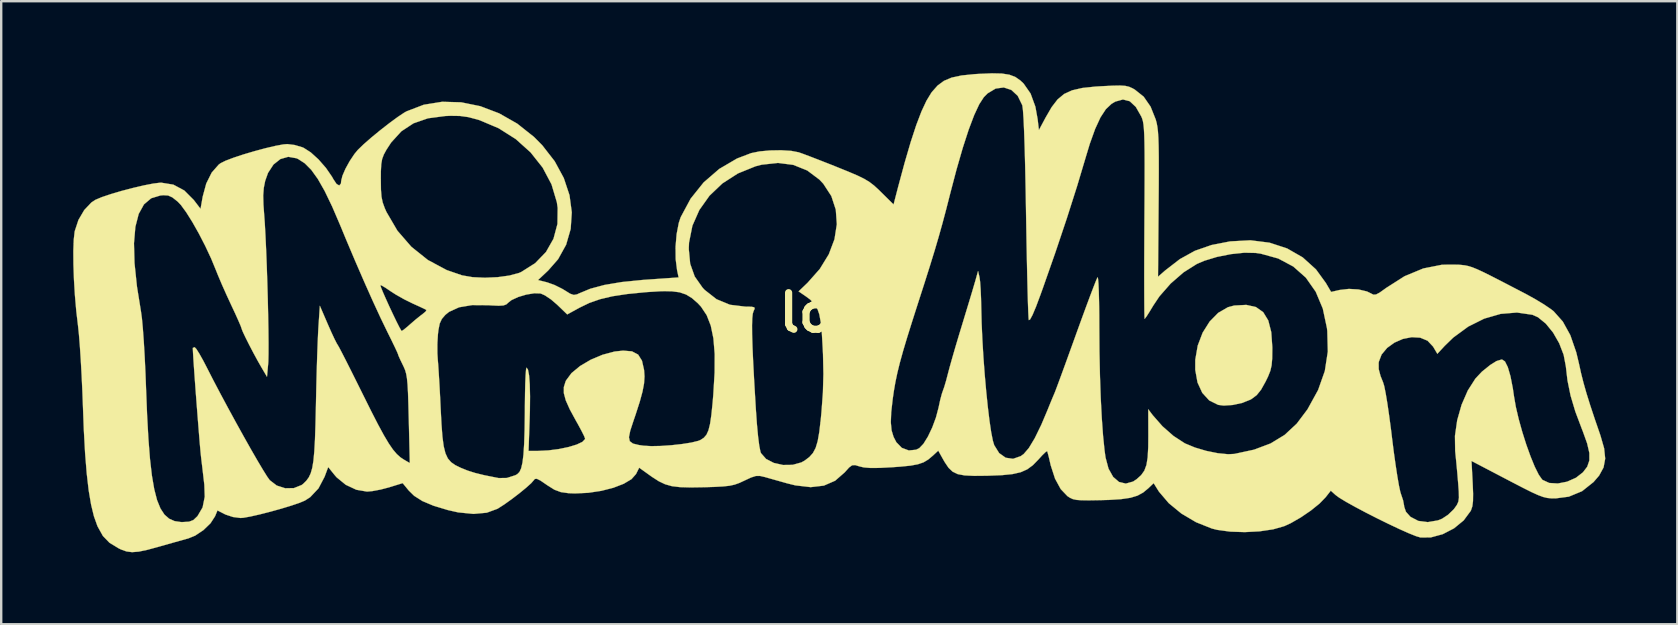
<source format=kicad_pcb>
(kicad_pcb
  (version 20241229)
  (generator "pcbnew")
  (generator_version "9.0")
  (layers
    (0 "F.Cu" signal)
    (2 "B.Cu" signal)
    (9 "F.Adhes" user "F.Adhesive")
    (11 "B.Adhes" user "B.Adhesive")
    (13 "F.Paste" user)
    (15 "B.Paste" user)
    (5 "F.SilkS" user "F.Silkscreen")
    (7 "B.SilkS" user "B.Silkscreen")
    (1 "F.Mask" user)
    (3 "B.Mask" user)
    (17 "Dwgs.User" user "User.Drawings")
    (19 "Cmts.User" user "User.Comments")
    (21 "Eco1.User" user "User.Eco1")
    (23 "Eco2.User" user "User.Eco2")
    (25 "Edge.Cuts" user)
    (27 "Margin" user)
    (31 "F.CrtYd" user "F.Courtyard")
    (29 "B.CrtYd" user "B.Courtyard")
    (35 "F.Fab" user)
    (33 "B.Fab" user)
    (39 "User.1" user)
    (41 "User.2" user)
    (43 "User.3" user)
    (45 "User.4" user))
  (footprint "logo"
    (layer "F.Cu")
    (at 31.906 9.977)
    (property "Reference" "logo" (at 0 0 0) (layer "F.SilkS") (effects (font (size 1.524 1.524) (thickness 0.3))))
    (attr through_hole)
    (fp_poly (pts (xy 17.363 -0.236) (xy 17.666 -0.022) (xy 17.877 0.324) (xy 18.001 0.808) (xy 18.045 1.437) (xy 18.045 1.509) (xy 18.04 1.904) (xy 18.016 2.188) (xy 17.963 2.419) (xy 17.868 2.657) (xy 17.764 2.871) (xy 17.575 3.209) (xy 17.394 3.433) (xy 17.179 3.594) (xy 17.129 3.622) (xy 16.792 3.757) (xy 16.397 3.843) (xy 16.019 3.868) (xy 15.79 3.839) (xy 15.417 3.654) (xy 15.127 3.337) (xy 14.929 2.906) (xy 14.835 2.382) (xy 14.836 1.957) (xy 14.938 1.369) (xy 15.143 0.831) (xy 15.434 0.368) (xy 15.79 0.006) (xy 16.195 -0.229) (xy 16.456 -0.299) (xy 16.962 -0.326) (xy 17.363 -0.236)) (stroke (width 0.01) (type solid)) (fill yes) (layer "F.SilkS"))
    (fp_poly (pts (xy 6.779 -9.963) (xy 7.094 -9.914) (xy 7.34 -9.82) (xy 7.552 -9.672) (xy 7.686 -9.544) (xy 7.974 -9.132) (xy 8.175 -8.583) (xy 8.268 -8.067) (xy 8.322 -7.608) (xy 8.604 -8.135) (xy 8.853 -8.564) (xy 9.098 -8.883) (xy 9.371 -9.111) (xy 9.704 -9.264) (xy 10.129 -9.362) (xy 10.676 -9.42) (xy 10.964 -9.437) (xy 11.4 -9.458) (xy 11.705 -9.464) (xy 11.918 -9.45) (xy 12.077 -9.413) (xy 12.221 -9.349) (xy 12.316 -9.295) (xy 12.686 -9) (xy 12.974 -8.585) (xy 13.188 -8.049) (xy 13.227 -7.906) (xy 13.257 -7.744) (xy 13.281 -7.544) (xy 13.298 -7.286) (xy 13.309 -6.952) (xy 13.315 -6.523) (xy 13.316 -5.98) (xy 13.314 -5.305) (xy 13.308 -4.538) (xy 13.284 -1.499) (xy 13.577 -1.756) (xy 14.192 -2.232) (xy 14.821 -2.58) (xy 15.512 -2.82) (xy 16.286 -2.971) (xy 17.134 -3.017) (xy 17.93 -2.917) (xy 18.661 -2.678) (xy 19.311 -2.305) (xy 19.864 -1.805) (xy 20.275 -1.24) (xy 20.494 -0.866) (xy 20.852 -0.948) (xy 21.235 -0.992) (xy 21.636 -0.969) (xy 21.986 -0.886) (xy 22.145 -0.809) (xy 22.255 -0.753) (xy 22.364 -0.758) (xy 22.516 -0.838) (xy 22.753 -1.007) (xy 22.784 -1.03) (xy 23.553 -1.52) (xy 24.334 -1.844) (xy 25.124 -2) (xy 25.765 -2.003) (xy 25.932 -1.989) (xy 26.076 -1.972) (xy 26.218 -1.942) (xy 26.377 -1.892) (xy 26.572 -1.813) (xy 26.824 -1.697) (xy 27.152 -1.534) (xy 27.576 -1.317) (xy 28.115 -1.037) (xy 28.617 -0.776) (xy 28.995 -0.567) (xy 29.356 -0.349) (xy 29.647 -0.152) (xy 29.765 -0.06) (xy 30.146 0.368) (xy 30.459 0.935) (xy 30.706 1.649) (xy 30.818 2.117) (xy 30.906 2.518) (xy 31.007 2.917) (xy 31.129 3.347) (xy 31.283 3.841) (xy 31.478 4.429) (xy 31.715 5.119) (xy 31.867 5.648) (xy 31.912 6.078) (xy 31.844 6.445) (xy 31.658 6.785) (xy 31.427 7.053) (xy 30.948 7.434) (xy 30.398 7.662) (xy 29.845 7.734) (xy 29.664 7.732) (xy 29.499 7.716) (xy 29.325 7.674) (xy 29.115 7.596) (xy 28.842 7.472) (xy 28.481 7.291) (xy 28.004 7.044) (xy 27.84 6.958) (xy 26.343 6.175) (xy 26.391 7.091) (xy 26.409 7.533) (xy 26.405 7.845) (xy 26.378 8.063) (xy 26.324 8.225) (xy 26.308 8.258) (xy 26.018 8.65) (xy 25.615 8.981) (xy 25.144 9.225) (xy 24.651 9.359) (xy 24.224 9.364) (xy 24.036 9.309) (xy 23.729 9.186) (xy 23.336 9.011) (xy 22.885 8.798) (xy 22.407 8.563) (xy 21.932 8.321) (xy 21.49 8.086) (xy 21.111 7.875) (xy 20.826 7.701) (xy 20.676 7.59) (xy 20.481 7.413) (xy 20.267 7.686) (xy 20.011 7.95) (xy 19.649 8.242) (xy 19.232 8.526) (xy 18.811 8.768) (xy 18.542 8.891) (xy 18.08 9.023) (xy 17.513 9.107) (xy 16.897 9.139) (xy 16.289 9.119) (xy 15.746 9.045) (xy 15.522 8.988) (xy 14.869 8.727) (xy 14.258 8.366) (xy 13.731 7.933) (xy 13.326 7.458) (xy 13.277 7.381) (xy 13.102 7.1) (xy 12.88 7.313) (xy 12.664 7.491) (xy 12.425 7.621) (xy 12.129 7.71) (xy 11.745 7.766) (xy 11.242 7.798) (xy 10.911 7.807) (xy 10.448 7.815) (xy 10.121 7.814) (xy 9.895 7.798) (xy 9.738 7.765) (xy 9.616 7.709) (xy 9.511 7.641) (xy 9.231 7.348) (xy 8.994 6.913) (xy 8.814 6.357) (xy 8.793 6.265) (xy 8.733 6.005) (xy 8.684 5.822) (xy 8.664 5.765) (xy 8.6 5.805) (xy 8.458 5.942) (xy 8.3 6.116) (xy 8.071 6.351) (xy 7.837 6.523) (xy 7.568 6.643) (xy 7.229 6.721) (xy 6.79 6.766) (xy 6.217 6.789) (xy 6.153 6.791) (xy 5.621 6.796) (xy 5.227 6.777) (xy 4.939 6.723) (xy 4.726 6.62) (xy 4.557 6.459) (xy 4.4 6.226) (xy 4.329 6.103) (xy 4.129 5.745) (xy 3.906 5.952) (xy 3.714 6.114) (xy 3.519 6.231) (xy 3.284 6.312) (xy 2.973 6.37) (xy 2.551 6.412) (xy 2.216 6.436) (xy 1.691 6.464) (xy 1.305 6.467) (xy 1.028 6.444) (xy 0.845 6.401) (xy 0.666 6.347) (xy 0.541 6.355) (xy 0.416 6.446) (xy 0.237 6.644) (xy 0.229 6.653) (xy -0.166 6.998) (xy -0.635 7.202) (xy -1.184 7.266) (xy -1.822 7.192) (xy -2.159 7.109) (xy -2.514 7.009) (xy -2.858 6.912) (xy -3.097 6.844) (xy -3.3 6.798) (xy -3.471 6.801) (xy -3.671 6.865) (xy -3.942 6.991) (xy -4.157 7.091) (xy -4.35 7.16) (xy -4.562 7.207) (xy -4.831 7.236) (xy -5.196 7.256) (xy -5.62 7.269) (xy -6.189 7.278) (xy -6.625 7.266) (xy -6.967 7.225) (xy -7.25 7.145) (xy -7.511 7.021) (xy -7.788 6.843) (xy -7.869 6.786) (xy -8.329 6.456) (xy -8.461 6.72) (xy -8.65 6.933) (xy -8.975 7.126) (xy -9.406 7.292) (xy -9.908 7.42) (xy -10.452 7.502) (xy -11.003 7.528) (xy -11.27 7.518) (xy -11.591 7.473) (xy -11.862 7.372) (xy -12.163 7.183) (xy -12.193 7.162) (xy -12.441 6.992) (xy -12.592 6.917) (xy -12.677 6.925) (xy -12.713 6.969) (xy -12.825 7.098) (xy -13.042 7.293) (xy -13.325 7.525) (xy -13.639 7.765) (xy -13.947 7.985) (xy -14.212 8.155) (xy -14.235 8.168) (xy -14.679 8.331) (xy -15.231 8.381) (xy -15.872 8.317) (xy -16.298 8.221) (xy -16.901 8.039) (xy -17.361 7.845) (xy -17.703 7.628) (xy -17.926 7.41) (xy -18.182 7.099) (xy -18.752 7.275) (xy -19.1 7.366) (xy -19.438 7.43) (xy -19.667 7.451) (xy -20.112 7.375) (xy -20.553 7.168) (xy -20.934 6.857) (xy -21.017 6.761) (xy -21.284 6.429) (xy -21.435 6.834) (xy -21.688 7.316) (xy -22.034 7.683) (xy -22.254 7.825) (xy -22.483 7.921) (xy -22.827 8.037) (xy -23.245 8.164) (xy -23.695 8.289) (xy -24.134 8.401) (xy -24.522 8.489) (xy -24.817 8.542) (xy -24.935 8.551) (xy -25.25 8.51) (xy -25.56 8.408) (xy -25.588 8.394) (xy -25.897 8.236) (xy -25.997 8.478) (xy -26.186 8.77) (xy -26.481 9.055) (xy -26.827 9.286) (xy -27.11 9.401) (xy -27.349 9.467) (xy -27.696 9.564) (xy -28.095 9.677) (xy -28.33 9.744) (xy -28.814 9.876) (xy -29.175 9.952) (xy -29.454 9.974) (xy -29.687 9.944) (xy -29.914 9.863) (xy -30.01 9.817) (xy -30.395 9.583) (xy -30.669 9.3) (xy -30.886 8.911) (xy -30.906 8.864) (xy -31.044 8.477) (xy -31.161 7.995) (xy -31.261 7.405) (xy -31.343 6.695) (xy -31.411 5.851) (xy -31.465 4.861) (xy -31.498 3.979) (xy -31.524 3.289) (xy -31.556 2.604) (xy -31.592 1.955) (xy -31.63 1.377) (xy -31.668 0.902) (xy -31.704 0.562) (xy -31.705 0.55) (xy -31.778 -0.068) (xy -31.835 -0.724) (xy -31.875 -1.382) (xy -31.897 -2.011) (xy -31.901 -2.575) (xy -31.889 -2.895) (xy -29.375 -2.895) (xy -29.353 -2.068) (xy -29.251 -1.093) (xy -29.082 -0.042) (xy -29.044 0.238) (xy -29.005 0.662) (xy -28.966 1.202) (xy -28.929 1.832) (xy -28.896 2.525) (xy -28.873 3.133) (xy -28.828 4.272) (xy -28.774 5.252) (xy -28.709 6.085) (xy -28.629 6.781) (xy -28.531 7.351) (xy -28.414 7.805) (xy -28.272 8.154) (xy -28.105 8.41) (xy -27.908 8.582) (xy -27.679 8.682) (xy -27.415 8.72) (xy -27.354 8.721) (xy -27.08 8.705) (xy -26.901 8.637) (xy -26.743 8.487) (xy -26.723 8.464) (xy -26.516 8.11) (xy -26.427 7.667) (xy -26.444 7.167) (xy -26.479 6.868) (xy -26.524 6.478) (xy -26.573 6.073) (xy -26.58 6.011) (xy -26.602 5.796) (xy -26.633 5.452) (xy -26.669 5.009) (xy -26.71 4.498) (xy -26.753 3.946) (xy -26.796 3.385) (xy -26.836 2.844) (xy -26.871 2.352) (xy -26.899 1.939) (xy -26.917 1.635) (xy -26.924 1.469) (xy -26.924 1.467) (xy -26.859 1.44) (xy -26.845 1.439) (xy -26.777 1.51) (xy -26.654 1.703) (xy -26.495 1.986) (xy -26.35 2.265) (xy -26.081 2.791) (xy -25.78 3.364) (xy -25.46 3.961) (xy -25.133 4.56) (xy -24.812 5.14) (xy -24.509 5.678) (xy -24.235 6.153) (xy -24.003 6.543) (xy -23.826 6.826) (xy -23.719 6.976) (xy -23.428 7.199) (xy -23.075 7.312) (xy -22.713 7.306) (xy -22.392 7.178) (xy -22.322 7.124) (xy -22.196 7) (xy -22.094 6.861) (xy -22.012 6.688) (xy -21.948 6.463) (xy -21.899 6.166) (xy -21.863 5.78) (xy -21.835 5.284) (xy -21.814 4.661) (xy -21.796 3.891) (xy -21.792 3.702) (xy -21.778 3.046) (xy -21.761 2.394) (xy -21.742 1.779) (xy -21.722 1.239) (xy -21.703 0.808) (xy -21.691 0.596) (xy -21.632 -0.29) (xy -21.305 0.469) (xy -21.156 0.806) (xy -21.024 1.09) (xy -20.927 1.28) (xy -20.895 1.331) (xy -20.836 1.432) (xy -20.714 1.664) (xy -20.539 2.005) (xy -20.323 2.434) (xy -20.076 2.929) (xy -19.845 3.394) (xy -19.496 4.095) (xy -19.207 4.658) (xy -18.966 5.102) (xy -18.763 5.443) (xy -18.587 5.7) (xy -18.427 5.888) (xy -18.273 6.026) (xy -18.137 6.116) (xy -17.884 6.263) (xy -17.928 4.423) (xy -17.944 3.812) (xy -17.959 3.345) (xy -17.978 2.995) (xy -18.003 2.737) (xy -18.036 2.544) (xy -18.08 2.39) (xy -18.139 2.251) (xy -18.173 2.181) (xy -18.286 1.948) (xy -18.359 1.783) (xy -18.373 1.736) (xy -18.408 1.648) (xy -18.505 1.44) (xy -18.58 1.285) (xy -16.737 1.285) (xy -16.736 1.694) (xy -16.721 1.935) (xy -16.701 2.176) (xy -16.677 2.549) (xy -16.649 3.015) (xy -16.621 3.535) (xy -16.6 3.979) (xy -16.565 4.646) (xy -16.526 5.166) (xy -16.473 5.562) (xy -16.4 5.856) (xy -16.3 6.071) (xy -16.164 6.228) (xy -15.985 6.352) (xy -15.764 6.46) (xy -15.472 6.578) (xy -15.16 6.676) (xy -14.782 6.769) (xy -14.291 6.867) (xy -14.182 6.888) (xy -13.84 6.883) (xy -13.489 6.77) (xy -13.406 6.724) (xy -13.317 6.635) (xy -13.246 6.481) (xy -13.191 6.244) (xy -13.15 5.91) (xy -13.121 5.46) (xy -13.102 4.879) (xy -13.092 4.151) (xy -13.091 3.873) (xy -13.085 3.376) (xy -13.075 2.942) (xy -13.06 2.599) (xy -13.043 2.371) (xy -13.024 2.286) (xy -13.024 2.286) (xy -12.963 2.368) (xy -12.917 2.604) (xy -12.888 2.979) (xy -12.876 3.48) (xy -12.882 4.09) (xy -12.892 4.419) (xy -12.938 5.757) (xy -12.544 5.757) (xy -12.109 5.735) (xy -11.674 5.679) (xy -11.272 5.595) (xy -10.935 5.493) (xy -10.696 5.381) (xy -10.587 5.267) (xy -10.583 5.245) (xy -10.623 5.138) (xy -10.73 4.924) (xy -10.883 4.64) (xy -10.959 4.507) (xy -11.221 4.025) (xy -11.388 3.65) (xy -11.468 3.35) (xy -11.468 3.098) (xy -11.395 2.862) (xy -11.377 2.823) (xy -11.15 2.517) (xy -10.794 2.222) (xy -10.349 1.959) (xy -9.855 1.751) (xy -9.353 1.617) (xy -8.998 1.579) (xy -8.628 1.61) (xy -8.373 1.744) (xy -8.213 1.999) (xy -8.126 2.385) (xy -8.108 2.656) (xy -8.127 2.946) (xy -8.191 3.286) (xy -8.305 3.705) (xy -8.476 4.236) (xy -8.573 4.52) (xy -8.702 4.915) (xy -8.756 5.183) (xy -8.722 5.352) (xy -8.587 5.452) (xy -8.34 5.512) (xy -8.143 5.54) (xy -7.826 5.558) (xy -7.422 5.55) (xy -6.978 5.519) (xy -6.54 5.47) (xy -6.155 5.409) (xy -5.87 5.339) (xy -5.779 5.303) (xy -5.638 5.211) (xy -5.528 5.085) (xy -5.444 4.9) (xy -5.377 4.631) (xy -5.322 4.255) (xy -5.27 3.747) (xy -5.242 3.415) (xy -5.187 2.493) (xy -5.184 1.717) (xy -5.237 1.07) (xy -5.347 0.538) (xy -5.518 0.102) (xy -5.753 -0.251) (xy -5.89 -0.398) (xy -6.133 -0.61) (xy -6.375 -0.758) (xy -6.648 -0.851) (xy -6.984 -0.894) (xy -7.418 -0.896) (xy -7.981 -0.861) (xy -8.076 -0.854) (xy -8.829 -0.779) (xy -9.447 -0.685) (xy -9.962 -0.563) (xy -10.408 -0.407) (xy -10.807 -0.214) (xy -11.327 0.071) (xy -11.75 -0.337) (xy -12.005 -0.555) (xy -12.256 -0.723) (xy -12.435 -0.802) (xy -12.699 -0.81) (xy -13.031 -0.756) (xy -13.367 -0.656) (xy -13.645 -0.528) (xy -13.777 -0.425) (xy -13.865 -0.346) (xy -13.986 -0.303) (xy -14.182 -0.291) (xy -14.493 -0.305) (xy -14.606 -0.313) (xy -15.287 -0.318) (xy -15.833 -0.226) (xy -16.248 -0.037) (xy -16.404 0.089) (xy -16.55 0.259) (xy -16.639 0.451) (xy -16.693 0.725) (xy -16.713 0.896) (xy -16.737 1.285) (xy -18.58 1.285) (xy -18.649 1.142) (xy -18.825 0.787) (xy -18.827 0.783) (xy -19.104 0.21) (xy -19.428 -0.491) (xy -19.722 -1.151) (xy -19.112 -1.151) (xy -19.09 -1.069) (xy -19.01 -0.87) (xy -18.888 -0.592) (xy -18.742 -0.269) (xy -18.587 0.061) (xy -18.441 0.364) (xy -18.32 0.603) (xy -18.241 0.741) (xy -18.222 0.762) (xy -18.141 0.71) (xy -17.98 0.578) (xy -17.875 0.485) (xy -17.643 0.285) (xy -17.426 0.111) (xy -17.362 0.064) (xy -17.228 -0.047) (xy -17.192 -0.113) (xy -17.192 -0.114) (xy -17.283 -0.162) (xy -17.486 -0.258) (xy -17.756 -0.38) (xy -17.763 -0.383) (xy -18.114 -0.556) (xy -18.471 -0.758) (xy -18.69 -0.899) (xy -18.907 -1.046) (xy -19.062 -1.136) (xy -19.112 -1.151) (xy -19.722 -1.151) (xy -19.785 -1.292) (xy -20.163 -2.162) (xy -20.548 -3.072) (xy -20.783 -3.641) (xy -21.122 -4.43) (xy -21.43 -5.069) (xy -21.716 -5.572) (xy -21.99 -5.953) (xy -22.261 -6.225) (xy -22.538 -6.404) (xy -22.604 -6.434) (xy -22.948 -6.495) (xy -23.275 -6.402) (xy -23.564 -6.173) (xy -23.792 -5.823) (xy -23.91 -5.491) (xy -23.968 -5.199) (xy -23.992 -4.886) (xy -23.982 -4.5) (xy -23.955 -4.133) (xy -23.926 -3.734) (xy -23.898 -3.221) (xy -23.87 -2.622) (xy -23.844 -1.964) (xy -23.821 -1.274) (xy -23.801 -0.578) (xy -23.786 0.095) (xy -23.775 0.72) (xy -23.77 1.268) (xy -23.771 1.713) (xy -23.778 2.027) (xy -23.784 2.117) (xy -23.834 2.667) (xy -24.059 2.286) (xy -24.225 1.995) (xy -24.405 1.664) (xy -24.58 1.329) (xy -24.732 1.026) (xy -24.842 0.793) (xy -24.891 0.666) (xy -24.892 0.659) (xy -24.926 0.56) (xy -25.02 0.341) (xy -25.158 0.034) (xy -25.323 -0.318) (xy -25.519 -0.742) (xy -25.711 -1.172) (xy -25.872 -1.552) (xy -25.958 -1.766) (xy -26.162 -2.261) (xy -26.406 -2.782) (xy -26.672 -3.298) (xy -26.942 -3.776) (xy -27.198 -4.184) (xy -27.422 -4.49) (xy -27.553 -4.628) (xy -27.775 -4.804) (xy -27.952 -4.884) (xy -28.156 -4.895) (xy -28.276 -4.884) (xy -28.658 -4.768) (xy -28.959 -4.513) (xy -29.178 -4.117) (xy -29.317 -3.578) (xy -29.375 -2.895) (xy -31.889 -2.895) (xy -31.884 -3.042) (xy -31.846 -3.378) (xy -31.841 -3.402) (xy -31.688 -3.865) (xy -31.446 -4.278) (xy -31.148 -4.593) (xy -30.979 -4.704) (xy -30.715 -4.815) (xy -30.337 -4.942) (xy -29.89 -5.074) (xy -29.416 -5.198) (xy -28.96 -5.305) (xy -28.568 -5.381) (xy -28.282 -5.416) (xy -28.241 -5.417) (xy -27.734 -5.335) (xy -27.279 -5.092) (xy -26.88 -4.692) (xy -26.873 -4.682) (xy -26.602 -4.327) (xy -26.512 -4.836) (xy -26.364 -5.382) (xy -26.137 -5.837) (xy -25.847 -6.168) (xy -25.768 -6.227) (xy -25.562 -6.33) (xy -25.231 -6.456) (xy -24.817 -6.593) (xy -24.361 -6.728) (xy -23.905 -6.851) (xy -23.489 -6.949) (xy -23.156 -7.011) (xy -22.985 -7.025) (xy -22.683 -6.987) (xy -22.365 -6.893) (xy -22.306 -6.868) (xy -22.011 -6.679) (xy -21.687 -6.385) (xy -21.377 -6.03) (xy -21.125 -5.664) (xy -21.07 -5.564) (xy -20.936 -5.363) (xy -20.824 -5.301) (xy -20.754 -5.38) (xy -20.743 -5.487) (xy -20.729 -5.546) (xy -19.092 -5.546) (xy -19.087 -5.131) (xy -19.064 -4.832) (xy -19.014 -4.591) (xy -18.928 -4.355) (xy -18.856 -4.194) (xy -18.402 -3.418) (xy -17.821 -2.748) (xy -17.131 -2.196) (xy -16.346 -1.776) (xy -15.706 -1.556) (xy -15.269 -1.481) (xy -14.757 -1.457) (xy -14.226 -1.481) (xy -13.733 -1.549) (xy -13.332 -1.658) (xy -13.241 -1.698) (xy -12.662 -2.064) (xy -12.211 -2.531) (xy -11.899 -3.081) (xy -11.734 -3.698) (xy -11.725 -4.364) (xy -11.759 -4.603) (xy -11.981 -5.347) (xy -12.351 -6.045) (xy -12.854 -6.68) (xy -13.471 -7.233) (xy -14.184 -7.685) (xy -14.976 -8.02) (xy -15.071 -8.049) (xy -15.45 -8.149) (xy -15.797 -8.197) (xy -16.193 -8.203) (xy -16.41 -8.194) (xy -17.129 -8.099) (xy -17.731 -7.89) (xy -18.236 -7.558) (xy -18.661 -7.092) (xy -18.86 -6.787) (xy -18.968 -6.588) (xy -19.037 -6.404) (xy -19.074 -6.188) (xy -19.09 -5.89) (xy -19.092 -5.546) (xy -20.729 -5.546) (xy -20.693 -5.7) (xy -20.567 -5.993) (xy -20.39 -6.314) (xy -20.191 -6.612) (xy -20.053 -6.779) (xy -19.815 -7.01) (xy -19.492 -7.293) (xy -19.122 -7.597) (xy -18.744 -7.892) (xy -18.396 -8.148) (xy -18.116 -8.335) (xy -18.019 -8.389) (xy -17.301 -8.664) (xy -16.536 -8.787) (xy -15.745 -8.765) (xy -14.947 -8.603) (xy -14.162 -8.305) (xy -13.411 -7.878) (xy -12.714 -7.325) (xy -12.366 -6.974) (xy -11.848 -6.308) (xy -11.47 -5.61) (xy -11.232 -4.896) (xy -11.137 -4.183) (xy -11.183 -3.49) (xy -11.373 -2.833) (xy -11.707 -2.23) (xy -12.119 -1.76) (xy -12.544 -1.36) (xy -12.168 -1.266) (xy -11.861 -1.157) (xy -11.535 -0.995) (xy -11.427 -0.93) (xy -11.201 -0.79) (xy -11.052 -0.74) (xy -10.919 -0.765) (xy -10.844 -0.8) (xy -10.365 -0.999) (xy -9.775 -1.157) (xy -9.056 -1.278) (xy -8.19 -1.365) (xy -8.064 -1.374) (xy -6.687 -1.47) (xy -6.751 -1.772) (xy -6.809 -2.229) (xy -6.813 -2.661) (xy -6.264 -2.661) (xy -6.205 -2.039) (xy -6.016 -1.509) (xy -5.687 -1.041) (xy -5.6 -0.949) (xy -5.108 -0.563) (xy -4.546 -0.331) (xy -3.915 -0.254) (xy -3.913 -0.254) (xy -3.656 -0.25) (xy -3.536 -0.226) (xy -3.519 -0.166) (xy -3.564 -0.069) (xy -3.598 0.041) (xy -3.619 0.235) (xy -3.628 0.523) (xy -3.625 0.919) (xy -3.609 1.433) (xy -3.58 2.077) (xy -3.538 2.864) (xy -3.482 3.806) (xy -3.469 4.022) (xy -3.425 4.642) (xy -3.377 5.155) (xy -3.327 5.544) (xy -3.278 5.789) (xy -3.255 5.85) (xy -3.043 6.091) (xy -2.722 6.257) (xy -2.339 6.343) (xy -1.94 6.338) (xy -1.573 6.236) (xy -1.435 6.159) (xy -1.24 6.011) (xy -1.092 5.845) (xy -0.979 5.634) (xy -0.894 5.351) (xy -0.826 4.967) (xy -0.78 4.568) (xy 2.153 4.568) (xy 2.184 4.897) (xy 2.267 5.171) (xy 2.383 5.395) (xy 2.611 5.629) (xy 2.903 5.738) (xy 3.206 5.707) (xy 3.34 5.641) (xy 3.511 5.462) (xy 3.698 5.161) (xy 3.879 4.781) (xy 4.033 4.365) (xy 4.141 3.957) (xy 4.145 3.937) (xy 4.21 3.634) (xy 4.278 3.38) (xy 4.319 3.26) (xy 4.379 3.091) (xy 4.459 2.82) (xy 4.532 2.54) (xy 4.602 2.275) (xy 4.711 1.888) (xy 4.847 1.418) (xy 5 0.905) (xy 5.121 0.508) (xy 5.274 0.004) (xy 5.418 -0.47) (xy 5.542 -0.882) (xy 5.634 -1.195) (xy 5.681 -1.355) (xy 5.787 -1.736) (xy 5.847 -1.482) (xy 5.872 -1.297) (xy 5.894 -0.988) (xy 5.911 -0.599) (xy 5.92 -0.212) (xy 5.936 0.432) (xy 5.967 1.128) (xy 6.01 1.849) (xy 6.064 2.572) (xy 6.126 3.271) (xy 6.193 3.922) (xy 6.263 4.499) (xy 6.334 4.977) (xy 6.404 5.332) (xy 6.459 5.515) (xy 6.666 5.848) (xy 6.938 6.041) (xy 7.246 6.086) (xy 7.564 5.975) (xy 7.688 5.886) (xy 7.903 5.636) (xy 8.149 5.227) (xy 8.423 4.664) (xy 8.677 4.064) (xy 8.8 3.76) (xy 8.908 3.5) (xy 8.975 3.344) (xy 9.022 3.223) (xy 9.119 2.964) (xy 9.257 2.59) (xy 9.428 2.122) (xy 9.623 1.582) (xy 9.836 0.993) (xy 9.873 0.889) (xy 10.087 0.299) (xy 10.285 -0.241) (xy 10.459 -0.708) (xy 10.602 -1.083) (xy 10.705 -1.344) (xy 10.761 -1.47) (xy 10.766 -1.477) (xy 10.785 -1.419) (xy 10.803 -1.212) (xy 10.817 -0.879) (xy 10.828 -0.44) (xy 10.835 0.082) (xy 10.837 0.605) (xy 10.844 1.626) (xy 10.865 2.613) (xy 10.897 3.54) (xy 10.941 4.385) (xy 10.994 5.123) (xy 11.056 5.73) (xy 11.098 6.032) (xy 11.222 6.496) (xy 11.414 6.839) (xy 11.659 7.05) (xy 11.941 7.118) (xy 12.246 7.033) (xy 12.394 6.935) (xy 12.581 6.766) (xy 12.714 6.579) (xy 12.802 6.341) (xy 12.853 6.023) (xy 12.876 5.593) (xy 12.88 5.134) (xy 12.877 4.022) (xy 13.063 4.268) (xy 13.468 4.729) (xy 13.929 5.134) (xy 14.389 5.433) (xy 14.413 5.446) (xy 14.823 5.616) (xy 15.296 5.756) (xy 15.775 5.853) (xy 16.204 5.895) (xy 16.463 5.882) (xy 17.284 5.705) (xy 17.974 5.446) (xy 18.558 5.09) (xy 19.062 4.622) (xy 19.509 4.027) (xy 19.512 4.022) (xy 19.952 3.222) (xy 20.232 2.43) (xy 20.289 2.061) (xy 22.475 2.061) (xy 22.477 2.35) (xy 22.553 2.635) (xy 22.657 2.895) (xy 22.66 2.902) (xy 22.707 3.056) (xy 22.767 3.355) (xy 22.837 3.774) (xy 22.912 4.289) (xy 22.99 4.875) (xy 23.028 5.191) (xy 23.102 5.78) (xy 23.179 6.33) (xy 23.253 6.812) (xy 23.32 7.199) (xy 23.377 7.463) (xy 23.405 7.554) (xy 23.492 7.813) (xy 23.536 8.044) (xy 23.537 8.075) (xy 23.611 8.291) (xy 23.798 8.501) (xy 24.124 8.672) (xy 24.522 8.723) (xy 24.942 8.651) (xy 25.117 8.582) (xy 25.364 8.419) (xy 25.596 8.196) (xy 25.629 8.155) (xy 25.734 8.007) (xy 25.795 7.871) (xy 25.819 7.701) (xy 25.813 7.449) (xy 25.789 7.13) (xy 25.752 6.686) (xy 25.707 6.206) (xy 25.665 5.788) (xy 25.662 5.757) (xy 25.653 5.132) (xy 25.747 4.477) (xy 25.93 3.833) (xy 26.188 3.241) (xy 26.506 2.743) (xy 26.776 2.456) (xy 27.121 2.178) (xy 27.383 2.014) (xy 27.587 1.952) (xy 27.616 1.95) (xy 27.737 2.03) (xy 27.855 2.266) (xy 27.966 2.646) (xy 28.065 3.155) (xy 28.111 3.471) (xy 28.189 3.921) (xy 28.308 4.429) (xy 28.457 4.964) (xy 28.625 5.494) (xy 28.803 5.988) (xy 28.978 6.416) (xy 29.142 6.745) (xy 29.282 6.945) (xy 29.302 6.964) (xy 29.581 7.092) (xy 29.937 7.114) (xy 30.324 7.039) (xy 30.694 6.875) (xy 30.984 6.65) (xy 31.163 6.416) (xy 31.252 6.156) (xy 31.252 5.841) (xy 31.16 5.444) (xy 30.978 4.936) (xy 30.95 4.866) (xy 30.668 4.118) (xy 30.47 3.455) (xy 30.341 2.821) (xy 30.273 2.234) (xy 30.181 1.752) (xy 29.995 1.27) (xy 29.74 0.825) (xy 29.437 0.453) (xy 29.111 0.188) (xy 28.883 0.086) (xy 28.235 -0.008) (xy 27.557 0.048) (xy 26.872 0.246) (xy 26.206 0.578) (xy 25.584 1.034) (xy 25.223 1.384) (xy 24.92 1.712) (xy 24.742 1.411) (xy 24.512 1.166) (xy 24.205 1.039) (xy 23.852 1.019) (xy 23.485 1.091) (xy 23.133 1.245) (xy 22.827 1.466) (xy 22.597 1.742) (xy 22.475 2.061) (xy 20.289 2.061) (xy 20.357 1.619) (xy 20.335 0.764) (xy 20.321 0.641) (xy 20.148 -0.173) (xy 19.853 -0.875) (xy 19.442 -1.461) (xy 18.919 -1.924) (xy 18.291 -2.259) (xy 17.562 -2.46) (xy 17.357 -2.49) (xy 16.88 -2.5) (xy 16.321 -2.441) (xy 15.742 -2.326) (xy 15.21 -2.164) (xy 14.904 -2.033) (xy 14.349 -1.683) (xy 13.811 -1.216) (xy 13.342 -0.681) (xy 13.09 -0.305) (xy 12.93 -0.04) (xy 12.803 0.158) (xy 12.732 0.251) (xy 12.727 0.254) (xy 12.72 0.172) (xy 12.715 -0.063) (xy 12.712 -0.434) (xy 12.71 -0.926) (xy 12.709 -1.521) (xy 12.71 -2.203) (xy 12.713 -2.957) (xy 12.717 -3.765) (xy 12.717 -3.789) (xy 12.723 -4.727) (xy 12.726 -5.511) (xy 12.727 -6.157) (xy 12.725 -6.679) (xy 12.719 -7.093) (xy 12.71 -7.415) (xy 12.696 -7.659) (xy 12.678 -7.841) (xy 12.655 -7.977) (xy 12.625 -8.081) (xy 12.59 -8.169) (xy 12.59 -8.169) (xy 12.36 -8.572) (xy 12.106 -8.81) (xy 11.823 -8.883) (xy 11.505 -8.795) (xy 11.345 -8.7) (xy 11.11 -8.478) (xy 10.886 -8.136) (xy 10.665 -7.658) (xy 10.441 -7.034) (xy 10.285 -6.519) (xy 9.916 -5.285) (xy 9.485 -3.932) (xy 9.003 -2.496) (xy 8.482 -1.012) (xy 8.392 -0.762) (xy 8.203 -0.256) (xy 8.057 0.091) (xy 7.955 0.279) (xy 7.901 0.309) (xy 7.891 0.218) (xy 7.879 -0.027) (xy 7.865 -0.408) (xy 7.851 -0.911) (xy 7.836 -1.518) (xy 7.821 -2.214) (xy 7.806 -2.983) (xy 7.792 -3.808) (xy 7.788 -4.039) (xy 7.77 -5.122) (xy 7.75 -6.073) (xy 7.729 -6.884) (xy 7.706 -7.552) (xy 7.683 -8.069) (xy 7.658 -8.429) (xy 7.633 -8.627) (xy 7.628 -8.647) (xy 7.44 -9.033) (xy 7.175 -9.28) (xy 6.859 -9.384) (xy 6.52 -9.338) (xy 6.184 -9.137) (xy 6.027 -8.979) (xy 5.836 -8.684) (xy 5.624 -8.229) (xy 5.394 -7.62) (xy 5.149 -6.865) (xy 4.891 -5.972) (xy 4.622 -4.947) (xy 4.613 -4.911) (xy 4.458 -4.303) (xy 4.308 -3.739) (xy 4.153 -3.185) (xy 3.983 -2.606) (xy 3.787 -1.968) (xy 3.555 -1.235) (xy 3.307 -0.466) (xy 3.046 0.349) (xy 2.833 1.029) (xy 2.663 1.598) (xy 2.529 2.082) (xy 2.425 2.504) (xy 2.344 2.89) (xy 2.279 3.264) (xy 2.231 3.598) (xy 2.169 4.147) (xy 2.153 4.568) (xy -0.78 4.568) (xy -0.766 4.455) (xy -0.737 4.149) (xy -0.676 3.328) (xy -0.655 2.553) (xy -0.672 1.733) (xy -0.685 1.456) (xy -0.72 0.86) (xy -0.764 0.405) (xy -0.826 0.065) (xy -0.916 -0.19) (xy -1.042 -0.387) (xy -1.213 -0.554) (xy -1.395 -0.688) (xy -1.689 -0.889) (xy -1.316 -1.246) (xy -0.806 -1.822) (xy -0.431 -2.433) (xy -0.194 -3.06) (xy -0.096 -3.686) (xy -0.139 -4.292) (xy -0.325 -4.86) (xy -0.658 -5.371) (xy -0.82 -5.544) (xy -1.329 -5.926) (xy -1.91 -6.159) (xy -2.547 -6.24) (xy -3.223 -6.167) (xy -3.483 -6.1) (xy -4.217 -5.802) (xy -4.862 -5.387) (xy -5.402 -4.873) (xy -5.824 -4.279) (xy -6.113 -3.623) (xy -6.253 -2.922) (xy -6.264 -2.661) (xy -6.813 -2.661) (xy -6.814 -2.752) (xy -6.769 -3.277) (xy -6.68 -3.741) (xy -6.601 -3.979) (xy -6.186 -4.751) (xy -5.645 -5.427) (xy -4.994 -5.99) (xy -4.253 -6.424) (xy -3.666 -6.648) (xy -3.314 -6.72) (xy -2.876 -6.76) (xy -2.416 -6.768) (xy -1.996 -6.742) (xy -1.685 -6.682) (xy -1.509 -6.62) (xy -1.211 -6.508) (xy -0.823 -6.358) (xy -0.379 -6.184) (xy -0.089 -6.068) (xy 0.405 -5.868) (xy 0.774 -5.71) (xy 1.049 -5.575) (xy 1.265 -5.444) (xy 1.454 -5.299) (xy 1.648 -5.121) (xy 1.743 -5.027) (xy 2.268 -4.509) (xy 2.457 -5.239) (xy 2.73 -6.251) (xy 2.98 -7.106) (xy 3.212 -7.814) (xy 3.43 -8.385) (xy 3.638 -8.83) (xy 3.838 -9.159) (xy 3.866 -9.197) (xy 4.102 -9.464) (xy 4.364 -9.658) (xy 4.685 -9.794) (xy 5.098 -9.883) (xy 5.638 -9.938) (xy 5.814 -9.949) (xy 6.364 -9.972) (xy 6.779 -9.963)) (stroke (width 0.01) (type solid)) (fill yes) (layer "F.SilkS")))
  (gr_rect
    (start -3 -3)
    (end 66.823 22.956)
    (stroke (width 0.1) (type default))
    (fill no)
    (layer "Edge.Cuts")))
</source>
